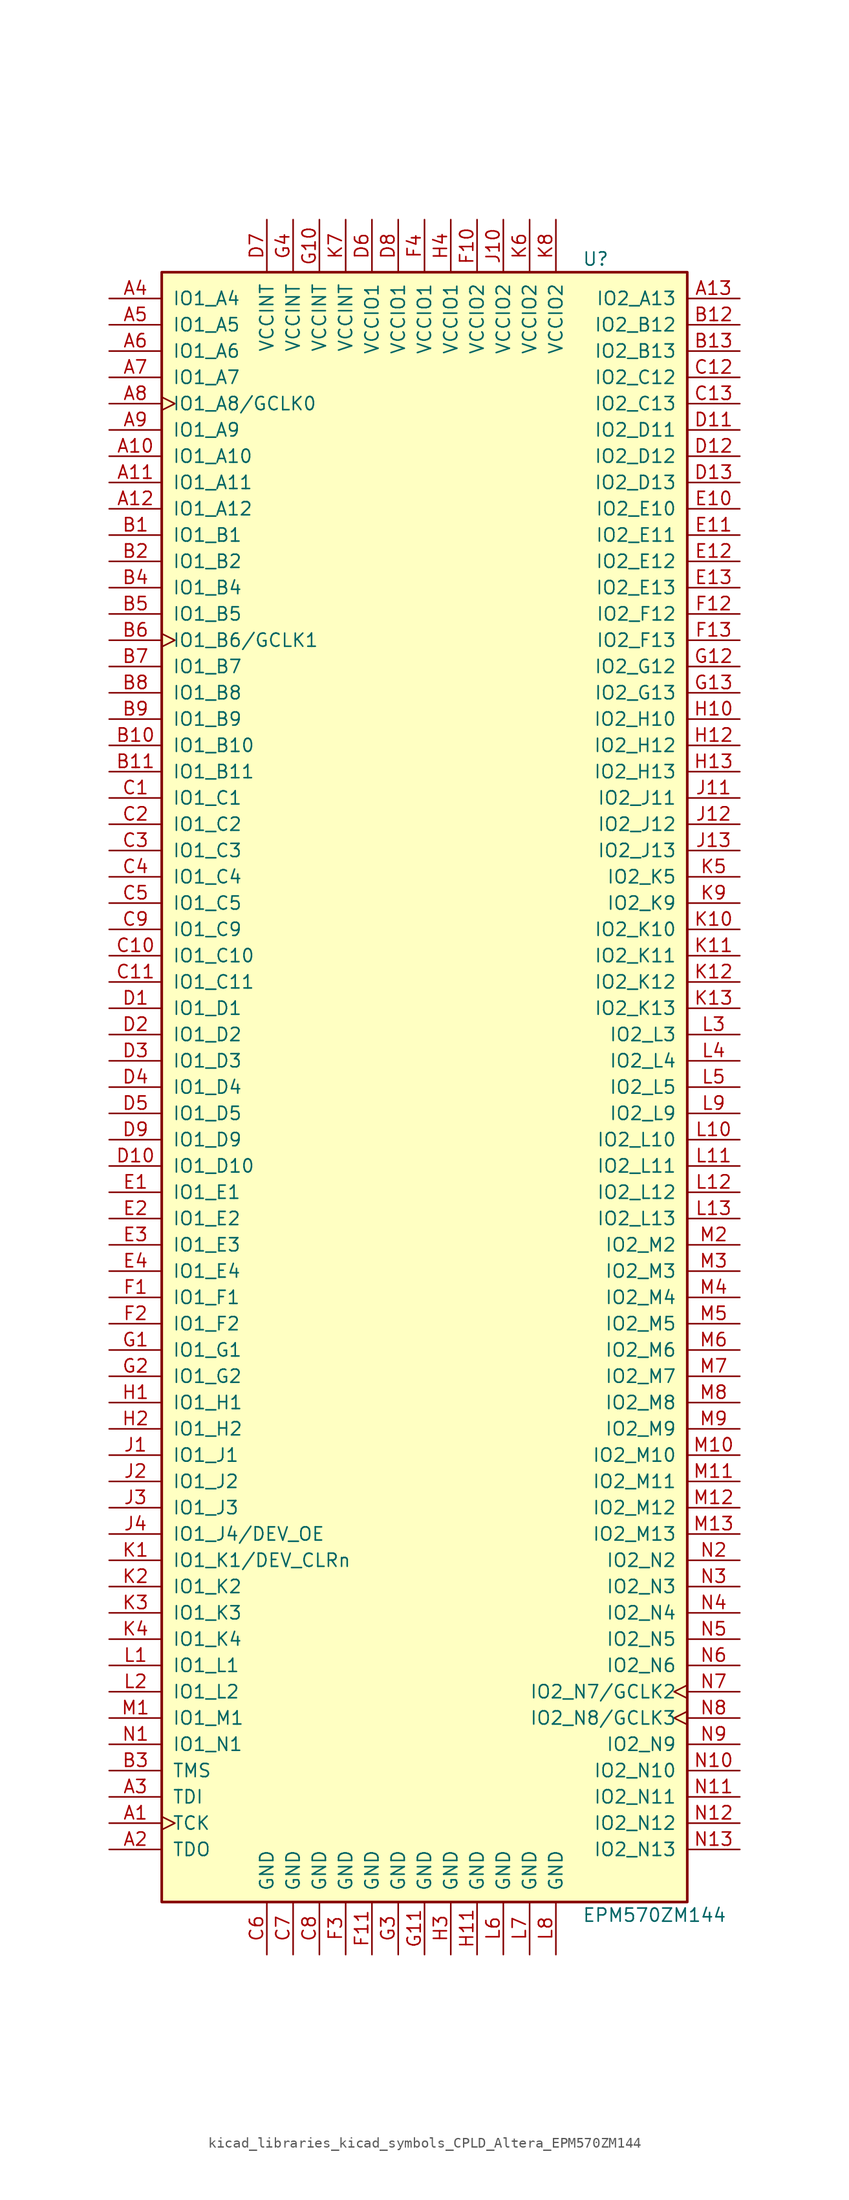
<source format=kicad_sym>
(kicad_symbol_lib
  (version 20220914)
  (generator kicad_symbol_editor)
  (symbol "kicad_libraries_kicad_symbols_CPLD_Altera_EPM570ZM144"
    (pin_names
      (offset 1.016))
    (property "Reference" "U"
      (at 15.24 80.01 0)
      (effects (font (size 1.27 1.27)) (justify left)))
    (property "Value" "EPM570ZM144"
      (at 15.24 -80.01 0)
      (effects (font (size 1.27 1.27)) (justify left)))
    (property "ki_locked" ""
      (at 0 0 0)
      (effects (font (size 1.27 1.27))))
    (symbol "kicad_libraries_kicad_symbols_CPLD_Altera_EPM570ZM144_1_1"
      (rectangle (start -25.4 78.74) (end 25.4 -78.74) (stroke (width 0.254) (type default)) (fill (type background)))
      (pin input clock (at -30.48 -71.12 0) (length 5.08) (name "TCK" (effects (font (size 1.27 1.27)))) (number "A1" (effects (font (size 1.27 1.27)))))
      (pin bidirectional line (at -30.48 60.96 0) (length 5.08) (name "IO1_A10" (effects (font (size 1.27 1.27)))) (number "A10" (effects (font (size 1.27 1.27)))))
      (pin bidirectional line (at -30.48 58.42 0) (length 5.08) (name "IO1_A11" (effects (font (size 1.27 1.27)))) (number "A11" (effects (font (size 1.27 1.27)))))
      (pin bidirectional line (at -30.48 55.88 0) (length 5.08) (name "IO1_A12" (effects (font (size 1.27 1.27)))) (number "A12" (effects (font (size 1.27 1.27)))))
      (pin bidirectional line (at 30.48 76.2 180) (length 5.08) (name "IO2_A13" (effects (font (size 1.27 1.27)))) (number "A13" (effects (font (size 1.27 1.27)))))
      (pin output line (at -30.48 -73.66 0) (length 5.08) (name "TDO" (effects (font (size 1.27 1.27)))) (number "A2" (effects (font (size 1.27 1.27)))))
      (pin input line (at -30.48 -68.58 0) (length 5.08) (name "TDI" (effects (font (size 1.27 1.27)))) (number "A3" (effects (font (size 1.27 1.27)))))
      (pin bidirectional line (at -30.48 76.2 0) (length 5.08) (name "IO1_A4" (effects (font (size 1.27 1.27)))) (number "A4" (effects (font (size 1.27 1.27)))))
      (pin bidirectional line (at -30.48 73.66 0) (length 5.08) (name "IO1_A5" (effects (font (size 1.27 1.27)))) (number "A5" (effects (font (size 1.27 1.27)))))
      (pin bidirectional line (at -30.48 71.12 0) (length 5.08) (name "IO1_A6" (effects (font (size 1.27 1.27)))) (number "A6" (effects (font (size 1.27 1.27)))))
      (pin bidirectional line (at -30.48 68.58 0) (length 5.08) (name "IO1_A7" (effects (font (size 1.27 1.27)))) (number "A7" (effects (font (size 1.27 1.27)))))
      (pin bidirectional clock (at -30.48 66.04 0) (length 5.08) (name "IO1_A8/GCLK0" (effects (font (size 1.27 1.27)))) (number "A8" (effects (font (size 1.27 1.27)))))
      (pin bidirectional line (at -30.48 63.5 0) (length 5.08) (name "IO1_A9" (effects (font (size 1.27 1.27)))) (number "A9" (effects (font (size 1.27 1.27)))))
      (pin bidirectional line (at -30.48 53.34 0) (length 5.08) (name "IO1_B1" (effects (font (size 1.27 1.27)))) (number "B1" (effects (font (size 1.27 1.27)))))
      (pin bidirectional line (at -30.48 33.02 0) (length 5.08) (name "IO1_B10" (effects (font (size 1.27 1.27)))) (number "B10" (effects (font (size 1.27 1.27)))))
      (pin bidirectional line (at -30.48 30.48 0) (length 5.08) (name "IO1_B11" (effects (font (size 1.27 1.27)))) (number "B11" (effects (font (size 1.27 1.27)))))
      (pin bidirectional line (at 30.48 73.66 180) (length 5.08) (name "IO2_B12" (effects (font (size 1.27 1.27)))) (number "B12" (effects (font (size 1.27 1.27)))))
      (pin bidirectional line (at 30.48 71.12 180) (length 5.08) (name "IO2_B13" (effects (font (size 1.27 1.27)))) (number "B13" (effects (font (size 1.27 1.27)))))
      (pin bidirectional line (at -30.48 50.8 0) (length 5.08) (name "IO1_B2" (effects (font (size 1.27 1.27)))) (number "B2" (effects (font (size 1.27 1.27)))))
      (pin input line (at -30.48 -66.04 0) (length 5.08) (name "TMS" (effects (font (size 1.27 1.27)))) (number "B3" (effects (font (size 1.27 1.27)))))
      (pin bidirectional line (at -30.48 48.26 0) (length 5.08) (name "IO1_B4" (effects (font (size 1.27 1.27)))) (number "B4" (effects (font (size 1.27 1.27)))))
      (pin bidirectional line (at -30.48 45.72 0) (length 5.08) (name "IO1_B5" (effects (font (size 1.27 1.27)))) (number "B5" (effects (font (size 1.27 1.27)))))
      (pin bidirectional clock (at -30.48 43.18 0) (length 5.08) (name "IO1_B6/GCLK1" (effects (font (size 1.27 1.27)))) (number "B6" (effects (font (size 1.27 1.27)))))
      (pin bidirectional line (at -30.48 40.64 0) (length 5.08) (name "IO1_B7" (effects (font (size 1.27 1.27)))) (number "B7" (effects (font (size 1.27 1.27)))))
      (pin bidirectional line (at -30.48 38.1 0) (length 5.08) (name "IO1_B8" (effects (font (size 1.27 1.27)))) (number "B8" (effects (font (size 1.27 1.27)))))
      (pin bidirectional line (at -30.48 35.56 0) (length 5.08) (name "IO1_B9" (effects (font (size 1.27 1.27)))) (number "B9" (effects (font (size 1.27 1.27)))))
      (pin bidirectional line (at -30.48 27.94 0) (length 5.08) (name "IO1_C1" (effects (font (size 1.27 1.27)))) (number "C1" (effects (font (size 1.27 1.27)))))
      (pin bidirectional line (at -30.48 12.7 0) (length 5.08) (name "IO1_C10" (effects (font (size 1.27 1.27)))) (number "C10" (effects (font (size 1.27 1.27)))))
      (pin bidirectional line (at -30.48 10.16 0) (length 5.08) (name "IO1_C11" (effects (font (size 1.27 1.27)))) (number "C11" (effects (font (size 1.27 1.27)))))
      (pin bidirectional line (at 30.48 68.58 180) (length 5.08) (name "IO2_C12" (effects (font (size 1.27 1.27)))) (number "C12" (effects (font (size 1.27 1.27)))))
      (pin bidirectional line (at 30.48 66.04 180) (length 5.08) (name "IO2_C13" (effects (font (size 1.27 1.27)))) (number "C13" (effects (font (size 1.27 1.27)))))
      (pin bidirectional line (at -30.48 25.4 0) (length 5.08) (name "IO1_C2" (effects (font (size 1.27 1.27)))) (number "C2" (effects (font (size 1.27 1.27)))))
      (pin bidirectional line (at -30.48 22.86 0) (length 5.08) (name "IO1_C3" (effects (font (size 1.27 1.27)))) (number "C3" (effects (font (size 1.27 1.27)))))
      (pin bidirectional line (at -30.48 20.32 0) (length 5.08) (name "IO1_C4" (effects (font (size 1.27 1.27)))) (number "C4" (effects (font (size 1.27 1.27)))))
      (pin bidirectional line (at -30.48 17.78 0) (length 5.08) (name "IO1_C5" (effects (font (size 1.27 1.27)))) (number "C5" (effects (font (size 1.27 1.27)))))
      (pin power_in line (at -15.24 -83.82 90) (length 5.08) (name "GND" (effects (font (size 1.27 1.27)))) (number "C6" (effects (font (size 1.27 1.27)))))
      (pin power_in line (at -12.7 -83.82 90) (length 5.08) (name "GND" (effects (font (size 1.27 1.27)))) (number "C7" (effects (font (size 1.27 1.27)))))
      (pin power_in line (at -10.16 -83.82 90) (length 5.08) (name "GND" (effects (font (size 1.27 1.27)))) (number "C8" (effects (font (size 1.27 1.27)))))
      (pin bidirectional line (at -30.48 15.24 0) (length 5.08) (name "IO1_C9" (effects (font (size 1.27 1.27)))) (number "C9" (effects (font (size 1.27 1.27)))))
      (pin bidirectional line (at -30.48 7.62 0) (length 5.08) (name "IO1_D1" (effects (font (size 1.27 1.27)))) (number "D1" (effects (font (size 1.27 1.27)))))
      (pin bidirectional line (at -30.48 -7.62 0) (length 5.08) (name "IO1_D10" (effects (font (size 1.27 1.27)))) (number "D10" (effects (font (size 1.27 1.27)))))
      (pin bidirectional line (at 30.48 63.5 180) (length 5.08) (name "IO2_D11" (effects (font (size 1.27 1.27)))) (number "D11" (effects (font (size 1.27 1.27)))))
      (pin bidirectional line (at 30.48 60.96 180) (length 5.08) (name "IO2_D12" (effects (font (size 1.27 1.27)))) (number "D12" (effects (font (size 1.27 1.27)))))
      (pin bidirectional line (at 30.48 58.42 180) (length 5.08) (name "IO2_D13" (effects (font (size 1.27 1.27)))) (number "D13" (effects (font (size 1.27 1.27)))))
      (pin bidirectional line (at -30.48 5.08 0) (length 5.08) (name "IO1_D2" (effects (font (size 1.27 1.27)))) (number "D2" (effects (font (size 1.27 1.27)))))
      (pin bidirectional line (at -30.48 2.54 0) (length 5.08) (name "IO1_D3" (effects (font (size 1.27 1.27)))) (number "D3" (effects (font (size 1.27 1.27)))))
      (pin bidirectional line (at -30.48 0 0) (length 5.08) (name "IO1_D4" (effects (font (size 1.27 1.27)))) (number "D4" (effects (font (size 1.27 1.27)))))
      (pin bidirectional line (at -30.48 -2.54 0) (length 5.08) (name "IO1_D5" (effects (font (size 1.27 1.27)))) (number "D5" (effects (font (size 1.27 1.27)))))
      (pin power_in line (at -5.08 83.82 270) (length 5.08) (name "VCCIO1" (effects (font (size 1.27 1.27)))) (number "D6" (effects (font (size 1.27 1.27)))))
      (pin power_in line (at -15.24 83.82 270) (length 5.08) (name "VCCINT" (effects (font (size 1.27 1.27)))) (number "D7" (effects (font (size 1.27 1.27)))))
      (pin power_in line (at -2.54 83.82 270) (length 5.08) (name "VCCIO1" (effects (font (size 1.27 1.27)))) (number "D8" (effects (font (size 1.27 1.27)))))
      (pin bidirectional line (at -30.48 -5.08 0) (length 5.08) (name "IO1_D9" (effects (font (size 1.27 1.27)))) (number "D9" (effects (font (size 1.27 1.27)))))
      (pin bidirectional line (at -30.48 -10.16 0) (length 5.08) (name "IO1_E1" (effects (font (size 1.27 1.27)))) (number "E1" (effects (font (size 1.27 1.27)))))
      (pin bidirectional line (at 30.48 55.88 180) (length 5.08) (name "IO2_E10" (effects (font (size 1.27 1.27)))) (number "E10" (effects (font (size 1.27 1.27)))))
      (pin bidirectional line (at 30.48 53.34 180) (length 5.08) (name "IO2_E11" (effects (font (size 1.27 1.27)))) (number "E11" (effects (font (size 1.27 1.27)))))
      (pin bidirectional line (at 30.48 50.8 180) (length 5.08) (name "IO2_E12" (effects (font (size 1.27 1.27)))) (number "E12" (effects (font (size 1.27 1.27)))))
      (pin bidirectional line (at 30.48 48.26 180) (length 5.08) (name "IO2_E13" (effects (font (size 1.27 1.27)))) (number "E13" (effects (font (size 1.27 1.27)))))
      (pin bidirectional line (at -30.48 -12.7 0) (length 5.08) (name "IO1_E2" (effects (font (size 1.27 1.27)))) (number "E2" (effects (font (size 1.27 1.27)))))
      (pin bidirectional line (at -30.48 -15.24 0) (length 5.08) (name "IO1_E3" (effects (font (size 1.27 1.27)))) (number "E3" (effects (font (size 1.27 1.27)))))
      (pin bidirectional line (at -30.48 -17.78 0) (length 5.08) (name "IO1_E4" (effects (font (size 1.27 1.27)))) (number "E4" (effects (font (size 1.27 1.27)))))
      (pin bidirectional line (at -30.48 -20.32 0) (length 5.08) (name "IO1_F1" (effects (font (size 1.27 1.27)))) (number "F1" (effects (font (size 1.27 1.27)))))
      (pin power_in line (at 5.08 83.82 270) (length 5.08) (name "VCCIO2" (effects (font (size 1.27 1.27)))) (number "F10" (effects (font (size 1.27 1.27)))))
      (pin power_in line (at -5.08 -83.82 90) (length 5.08) (name "GND" (effects (font (size 1.27 1.27)))) (number "F11" (effects (font (size 1.27 1.27)))))
      (pin bidirectional line (at 30.48 45.72 180) (length 5.08) (name "IO2_F12" (effects (font (size 1.27 1.27)))) (number "F12" (effects (font (size 1.27 1.27)))))
      (pin bidirectional line (at 30.48 43.18 180) (length 5.08) (name "IO2_F13" (effects (font (size 1.27 1.27)))) (number "F13" (effects (font (size 1.27 1.27)))))
      (pin bidirectional line (at -30.48 -22.86 0) (length 5.08) (name "IO1_F2" (effects (font (size 1.27 1.27)))) (number "F2" (effects (font (size 1.27 1.27)))))
      (pin power_in line (at -7.62 -83.82 90) (length 5.08) (name "GND" (effects (font (size 1.27 1.27)))) (number "F3" (effects (font (size 1.27 1.27)))))
      (pin power_in line (at 0 83.82 270) (length 5.08) (name "VCCIO1" (effects (font (size 1.27 1.27)))) (number "F4" (effects (font (size 1.27 1.27)))))
      (pin bidirectional line (at -30.48 -25.4 0) (length 5.08) (name "IO1_G1" (effects (font (size 1.27 1.27)))) (number "G1" (effects (font (size 1.27 1.27)))))
      (pin power_in line (at -10.16 83.82 270) (length 5.08) (name "VCCINT" (effects (font (size 1.27 1.27)))) (number "G10" (effects (font (size 1.27 1.27)))))
      (pin power_in line (at 0 -83.82 90) (length 5.08) (name "GND" (effects (font (size 1.27 1.27)))) (number "G11" (effects (font (size 1.27 1.27)))))
      (pin bidirectional line (at 30.48 40.64 180) (length 5.08) (name "IO2_G12" (effects (font (size 1.27 1.27)))) (number "G12" (effects (font (size 1.27 1.27)))))
      (pin bidirectional line (at 30.48 38.1 180) (length 5.08) (name "IO2_G13" (effects (font (size 1.27 1.27)))) (number "G13" (effects (font (size 1.27 1.27)))))
      (pin bidirectional line (at -30.48 -27.94 0) (length 5.08) (name "IO1_G2" (effects (font (size 1.27 1.27)))) (number "G2" (effects (font (size 1.27 1.27)))))
      (pin power_in line (at -2.54 -83.82 90) (length 5.08) (name "GND" (effects (font (size 1.27 1.27)))) (number "G3" (effects (font (size 1.27 1.27)))))
      (pin power_in line (at -12.7 83.82 270) (length 5.08) (name "VCCINT" (effects (font (size 1.27 1.27)))) (number "G4" (effects (font (size 1.27 1.27)))))
      (pin bidirectional line (at -30.48 -30.48 0) (length 5.08) (name "IO1_H1" (effects (font (size 1.27 1.27)))) (number "H1" (effects (font (size 1.27 1.27)))))
      (pin bidirectional line (at 30.48 35.56 180) (length 5.08) (name "IO2_H10" (effects (font (size 1.27 1.27)))) (number "H10" (effects (font (size 1.27 1.27)))))
      (pin power_in line (at 5.08 -83.82 90) (length 5.08) (name "GND" (effects (font (size 1.27 1.27)))) (number "H11" (effects (font (size 1.27 1.27)))))
      (pin bidirectional line (at 30.48 33.02 180) (length 5.08) (name "IO2_H12" (effects (font (size 1.27 1.27)))) (number "H12" (effects (font (size 1.27 1.27)))))
      (pin bidirectional line (at 30.48 30.48 180) (length 5.08) (name "IO2_H13" (effects (font (size 1.27 1.27)))) (number "H13" (effects (font (size 1.27 1.27)))))
      (pin bidirectional line (at -30.48 -33.02 0) (length 5.08) (name "IO1_H2" (effects (font (size 1.27 1.27)))) (number "H2" (effects (font (size 1.27 1.27)))))
      (pin power_in line (at 2.54 -83.82 90) (length 5.08) (name "GND" (effects (font (size 1.27 1.27)))) (number "H3" (effects (font (size 1.27 1.27)))))
      (pin power_in line (at 2.54 83.82 270) (length 5.08) (name "VCCIO1" (effects (font (size 1.27 1.27)))) (number "H4" (effects (font (size 1.27 1.27)))))
      (pin bidirectional line (at -30.48 -35.56 0) (length 5.08) (name "IO1_J1" (effects (font (size 1.27 1.27)))) (number "J1" (effects (font (size 1.27 1.27)))))
      (pin power_in line (at 7.62 83.82 270) (length 5.08) (name "VCCIO2" (effects (font (size 1.27 1.27)))) (number "J10" (effects (font (size 1.27 1.27)))))
      (pin bidirectional line (at 30.48 27.94 180) (length 5.08) (name "IO2_J11" (effects (font (size 1.27 1.27)))) (number "J11" (effects (font (size 1.27 1.27)))))
      (pin bidirectional line (at 30.48 25.4 180) (length 5.08) (name "IO2_J12" (effects (font (size 1.27 1.27)))) (number "J12" (effects (font (size 1.27 1.27)))))
      (pin bidirectional line (at 30.48 22.86 180) (length 5.08) (name "IO2_J13" (effects (font (size 1.27 1.27)))) (number "J13" (effects (font (size 1.27 1.27)))))
      (pin bidirectional line (at -30.48 -38.1 0) (length 5.08) (name "IO1_J2" (effects (font (size 1.27 1.27)))) (number "J2" (effects (font (size 1.27 1.27)))))
      (pin bidirectional line (at -30.48 -40.64 0) (length 5.08) (name "IO1_J3" (effects (font (size 1.27 1.27)))) (number "J3" (effects (font (size 1.27 1.27)))))
      (pin bidirectional line (at -30.48 -43.18 0) (length 5.08) (name "IO1_J4/DEV_OE" (effects (font (size 1.27 1.27)))) (number "J4" (effects (font (size 1.27 1.27)))))
      (pin bidirectional line (at -30.48 -45.72 0) (length 5.08) (name "IO1_K1/DEV_CLRn" (effects (font (size 1.27 1.27)))) (number "K1" (effects (font (size 1.27 1.27)))))
      (pin bidirectional line (at 30.48 15.24 180) (length 5.08) (name "IO2_K10" (effects (font (size 1.27 1.27)))) (number "K10" (effects (font (size 1.27 1.27)))))
      (pin bidirectional line (at 30.48 12.7 180) (length 5.08) (name "IO2_K11" (effects (font (size 1.27 1.27)))) (number "K11" (effects (font (size 1.27 1.27)))))
      (pin bidirectional line (at 30.48 10.16 180) (length 5.08) (name "IO2_K12" (effects (font (size 1.27 1.27)))) (number "K12" (effects (font (size 1.27 1.27)))))
      (pin bidirectional line (at 30.48 7.62 180) (length 5.08) (name "IO2_K13" (effects (font (size 1.27 1.27)))) (number "K13" (effects (font (size 1.27 1.27)))))
      (pin bidirectional line (at -30.48 -48.26 0) (length 5.08) (name "IO1_K2" (effects (font (size 1.27 1.27)))) (number "K2" (effects (font (size 1.27 1.27)))))
      (pin bidirectional line (at -30.48 -50.8 0) (length 5.08) (name "IO1_K3" (effects (font (size 1.27 1.27)))) (number "K3" (effects (font (size 1.27 1.27)))))
      (pin bidirectional line (at -30.48 -53.34 0) (length 5.08) (name "IO1_K4" (effects (font (size 1.27 1.27)))) (number "K4" (effects (font (size 1.27 1.27)))))
      (pin bidirectional line (at 30.48 20.32 180) (length 5.08) (name "IO2_K5" (effects (font (size 1.27 1.27)))) (number "K5" (effects (font (size 1.27 1.27)))))
      (pin power_in line (at 10.16 83.82 270) (length 5.08) (name "VCCIO2" (effects (font (size 1.27 1.27)))) (number "K6" (effects (font (size 1.27 1.27)))))
      (pin power_in line (at -7.62 83.82 270) (length 5.08) (name "VCCINT" (effects (font (size 1.27 1.27)))) (number "K7" (effects (font (size 1.27 1.27)))))
      (pin power_in line (at 12.7 83.82 270) (length 5.08) (name "VCCIO2" (effects (font (size 1.27 1.27)))) (number "K8" (effects (font (size 1.27 1.27)))))
      (pin bidirectional line (at 30.48 17.78 180) (length 5.08) (name "IO2_K9" (effects (font (size 1.27 1.27)))) (number "K9" (effects (font (size 1.27 1.27)))))
      (pin bidirectional line (at -30.48 -55.88 0) (length 5.08) (name "IO1_L1" (effects (font (size 1.27 1.27)))) (number "L1" (effects (font (size 1.27 1.27)))))
      (pin bidirectional line (at 30.48 -5.08 180) (length 5.08) (name "IO2_L10" (effects (font (size 1.27 1.27)))) (number "L10" (effects (font (size 1.27 1.27)))))
      (pin bidirectional line (at 30.48 -7.62 180) (length 5.08) (name "IO2_L11" (effects (font (size 1.27 1.27)))) (number "L11" (effects (font (size 1.27 1.27)))))
      (pin bidirectional line (at 30.48 -10.16 180) (length 5.08) (name "IO2_L12" (effects (font (size 1.27 1.27)))) (number "L12" (effects (font (size 1.27 1.27)))))
      (pin bidirectional line (at 30.48 -12.7 180) (length 5.08) (name "IO2_L13" (effects (font (size 1.27 1.27)))) (number "L13" (effects (font (size 1.27 1.27)))))
      (pin bidirectional line (at -30.48 -58.42 0) (length 5.08) (name "IO1_L2" (effects (font (size 1.27 1.27)))) (number "L2" (effects (font (size 1.27 1.27)))))
      (pin bidirectional line (at 30.48 5.08 180) (length 5.08) (name "IO2_L3" (effects (font (size 1.27 1.27)))) (number "L3" (effects (font (size 1.27 1.27)))))
      (pin bidirectional line (at 30.48 2.54 180) (length 5.08) (name "IO2_L4" (effects (font (size 1.27 1.27)))) (number "L4" (effects (font (size 1.27 1.27)))))
      (pin bidirectional line (at 30.48 0 180) (length 5.08) (name "IO2_L5" (effects (font (size 1.27 1.27)))) (number "L5" (effects (font (size 1.27 1.27)))))
      (pin power_in line (at 7.62 -83.82 90) (length 5.08) (name "GND" (effects (font (size 1.27 1.27)))) (number "L6" (effects (font (size 1.27 1.27)))))
      (pin power_in line (at 10.16 -83.82 90) (length 5.08) (name "GND" (effects (font (size 1.27 1.27)))) (number "L7" (effects (font (size 1.27 1.27)))))
      (pin power_in line (at 12.7 -83.82 90) (length 5.08) (name "GND" (effects (font (size 1.27 1.27)))) (number "L8" (effects (font (size 1.27 1.27)))))
      (pin bidirectional line (at 30.48 -2.54 180) (length 5.08) (name "IO2_L9" (effects (font (size 1.27 1.27)))) (number "L9" (effects (font (size 1.27 1.27)))))
      (pin bidirectional line (at -30.48 -60.96 0) (length 5.08) (name "IO1_M1" (effects (font (size 1.27 1.27)))) (number "M1" (effects (font (size 1.27 1.27)))))
      (pin bidirectional line (at 30.48 -35.56 180) (length 5.08) (name "IO2_M10" (effects (font (size 1.27 1.27)))) (number "M10" (effects (font (size 1.27 1.27)))))
      (pin bidirectional line (at 30.48 -38.1 180) (length 5.08) (name "IO2_M11" (effects (font (size 1.27 1.27)))) (number "M11" (effects (font (size 1.27 1.27)))))
      (pin bidirectional line (at 30.48 -40.64 180) (length 5.08) (name "IO2_M12" (effects (font (size 1.27 1.27)))) (number "M12" (effects (font (size 1.27 1.27)))))
      (pin bidirectional line (at 30.48 -43.18 180) (length 5.08) (name "IO2_M13" (effects (font (size 1.27 1.27)))) (number "M13" (effects (font (size 1.27 1.27)))))
      (pin bidirectional line (at 30.48 -15.24 180) (length 5.08) (name "IO2_M2" (effects (font (size 1.27 1.27)))) (number "M2" (effects (font (size 1.27 1.27)))))
      (pin bidirectional line (at 30.48 -17.78 180) (length 5.08) (name "IO2_M3" (effects (font (size 1.27 1.27)))) (number "M3" (effects (font (size 1.27 1.27)))))
      (pin bidirectional line (at 30.48 -20.32 180) (length 5.08) (name "IO2_M4" (effects (font (size 1.27 1.27)))) (number "M4" (effects (font (size 1.27 1.27)))))
      (pin bidirectional line (at 30.48 -22.86 180) (length 5.08) (name "IO2_M5" (effects (font (size 1.27 1.27)))) (number "M5" (effects (font (size 1.27 1.27)))))
      (pin bidirectional line (at 30.48 -25.4 180) (length 5.08) (name "IO2_M6" (effects (font (size 1.27 1.27)))) (number "M6" (effects (font (size 1.27 1.27)))))
      (pin bidirectional line (at 30.48 -27.94 180) (length 5.08) (name "IO2_M7" (effects (font (size 1.27 1.27)))) (number "M7" (effects (font (size 1.27 1.27)))))
      (pin bidirectional line (at 30.48 -30.48 180) (length 5.08) (name "IO2_M8" (effects (font (size 1.27 1.27)))) (number "M8" (effects (font (size 1.27 1.27)))))
      (pin bidirectional line (at 30.48 -33.02 180) (length 5.08) (name "IO2_M9" (effects (font (size 1.27 1.27)))) (number "M9" (effects (font (size 1.27 1.27)))))
      (pin bidirectional line (at -30.48 -63.5 0) (length 5.08) (name "IO1_N1" (effects (font (size 1.27 1.27)))) (number "N1" (effects (font (size 1.27 1.27)))))
      (pin bidirectional line (at 30.48 -66.04 180) (length 5.08) (name "IO2_N10" (effects (font (size 1.27 1.27)))) (number "N10" (effects (font (size 1.27 1.27)))))
      (pin bidirectional line (at 30.48 -68.58 180) (length 5.08) (name "IO2_N11" (effects (font (size 1.27 1.27)))) (number "N11" (effects (font (size 1.27 1.27)))))
      (pin bidirectional line (at 30.48 -71.12 180) (length 5.08) (name "IO2_N12" (effects (font (size 1.27 1.27)))) (number "N12" (effects (font (size 1.27 1.27)))))
      (pin bidirectional line (at 30.48 -73.66 180) (length 5.08) (name "IO2_N13" (effects (font (size 1.27 1.27)))) (number "N13" (effects (font (size 1.27 1.27)))))
      (pin bidirectional line (at 30.48 -45.72 180) (length 5.08) (name "IO2_N2" (effects (font (size 1.27 1.27)))) (number "N2" (effects (font (size 1.27 1.27)))))
      (pin bidirectional line (at 30.48 -48.26 180) (length 5.08) (name "IO2_N3" (effects (font (size 1.27 1.27)))) (number "N3" (effects (font (size 1.27 1.27)))))
      (pin bidirectional line (at 30.48 -50.8 180) (length 5.08) (name "IO2_N4" (effects (font (size 1.27 1.27)))) (number "N4" (effects (font (size 1.27 1.27)))))
      (pin bidirectional line (at 30.48 -53.34 180) (length 5.08) (name "IO2_N5" (effects (font (size 1.27 1.27)))) (number "N5" (effects (font (size 1.27 1.27)))))
      (pin bidirectional line (at 30.48 -55.88 180) (length 5.08) (name "IO2_N6" (effects (font (size 1.27 1.27)))) (number "N6" (effects (font (size 1.27 1.27)))))
      (pin bidirectional clock (at 30.48 -58.42 180) (length 5.08) (name "IO2_N7/GCLK2" (effects (font (size 1.27 1.27)))) (number "N7" (effects (font (size 1.27 1.27)))))
      (pin bidirectional clock (at 30.48 -60.96 180) (length 5.08) (name "IO2_N8/GCLK3" (effects (font (size 1.27 1.27)))) (number "N8" (effects (font (size 1.27 1.27)))))
      (pin bidirectional line (at 30.48 -63.5 180) (length 5.08) (name "IO2_N9" (effects (font (size 1.27 1.27)))) (number "N9" (effects (font (size 1.27 1.27))))))))
</source>
